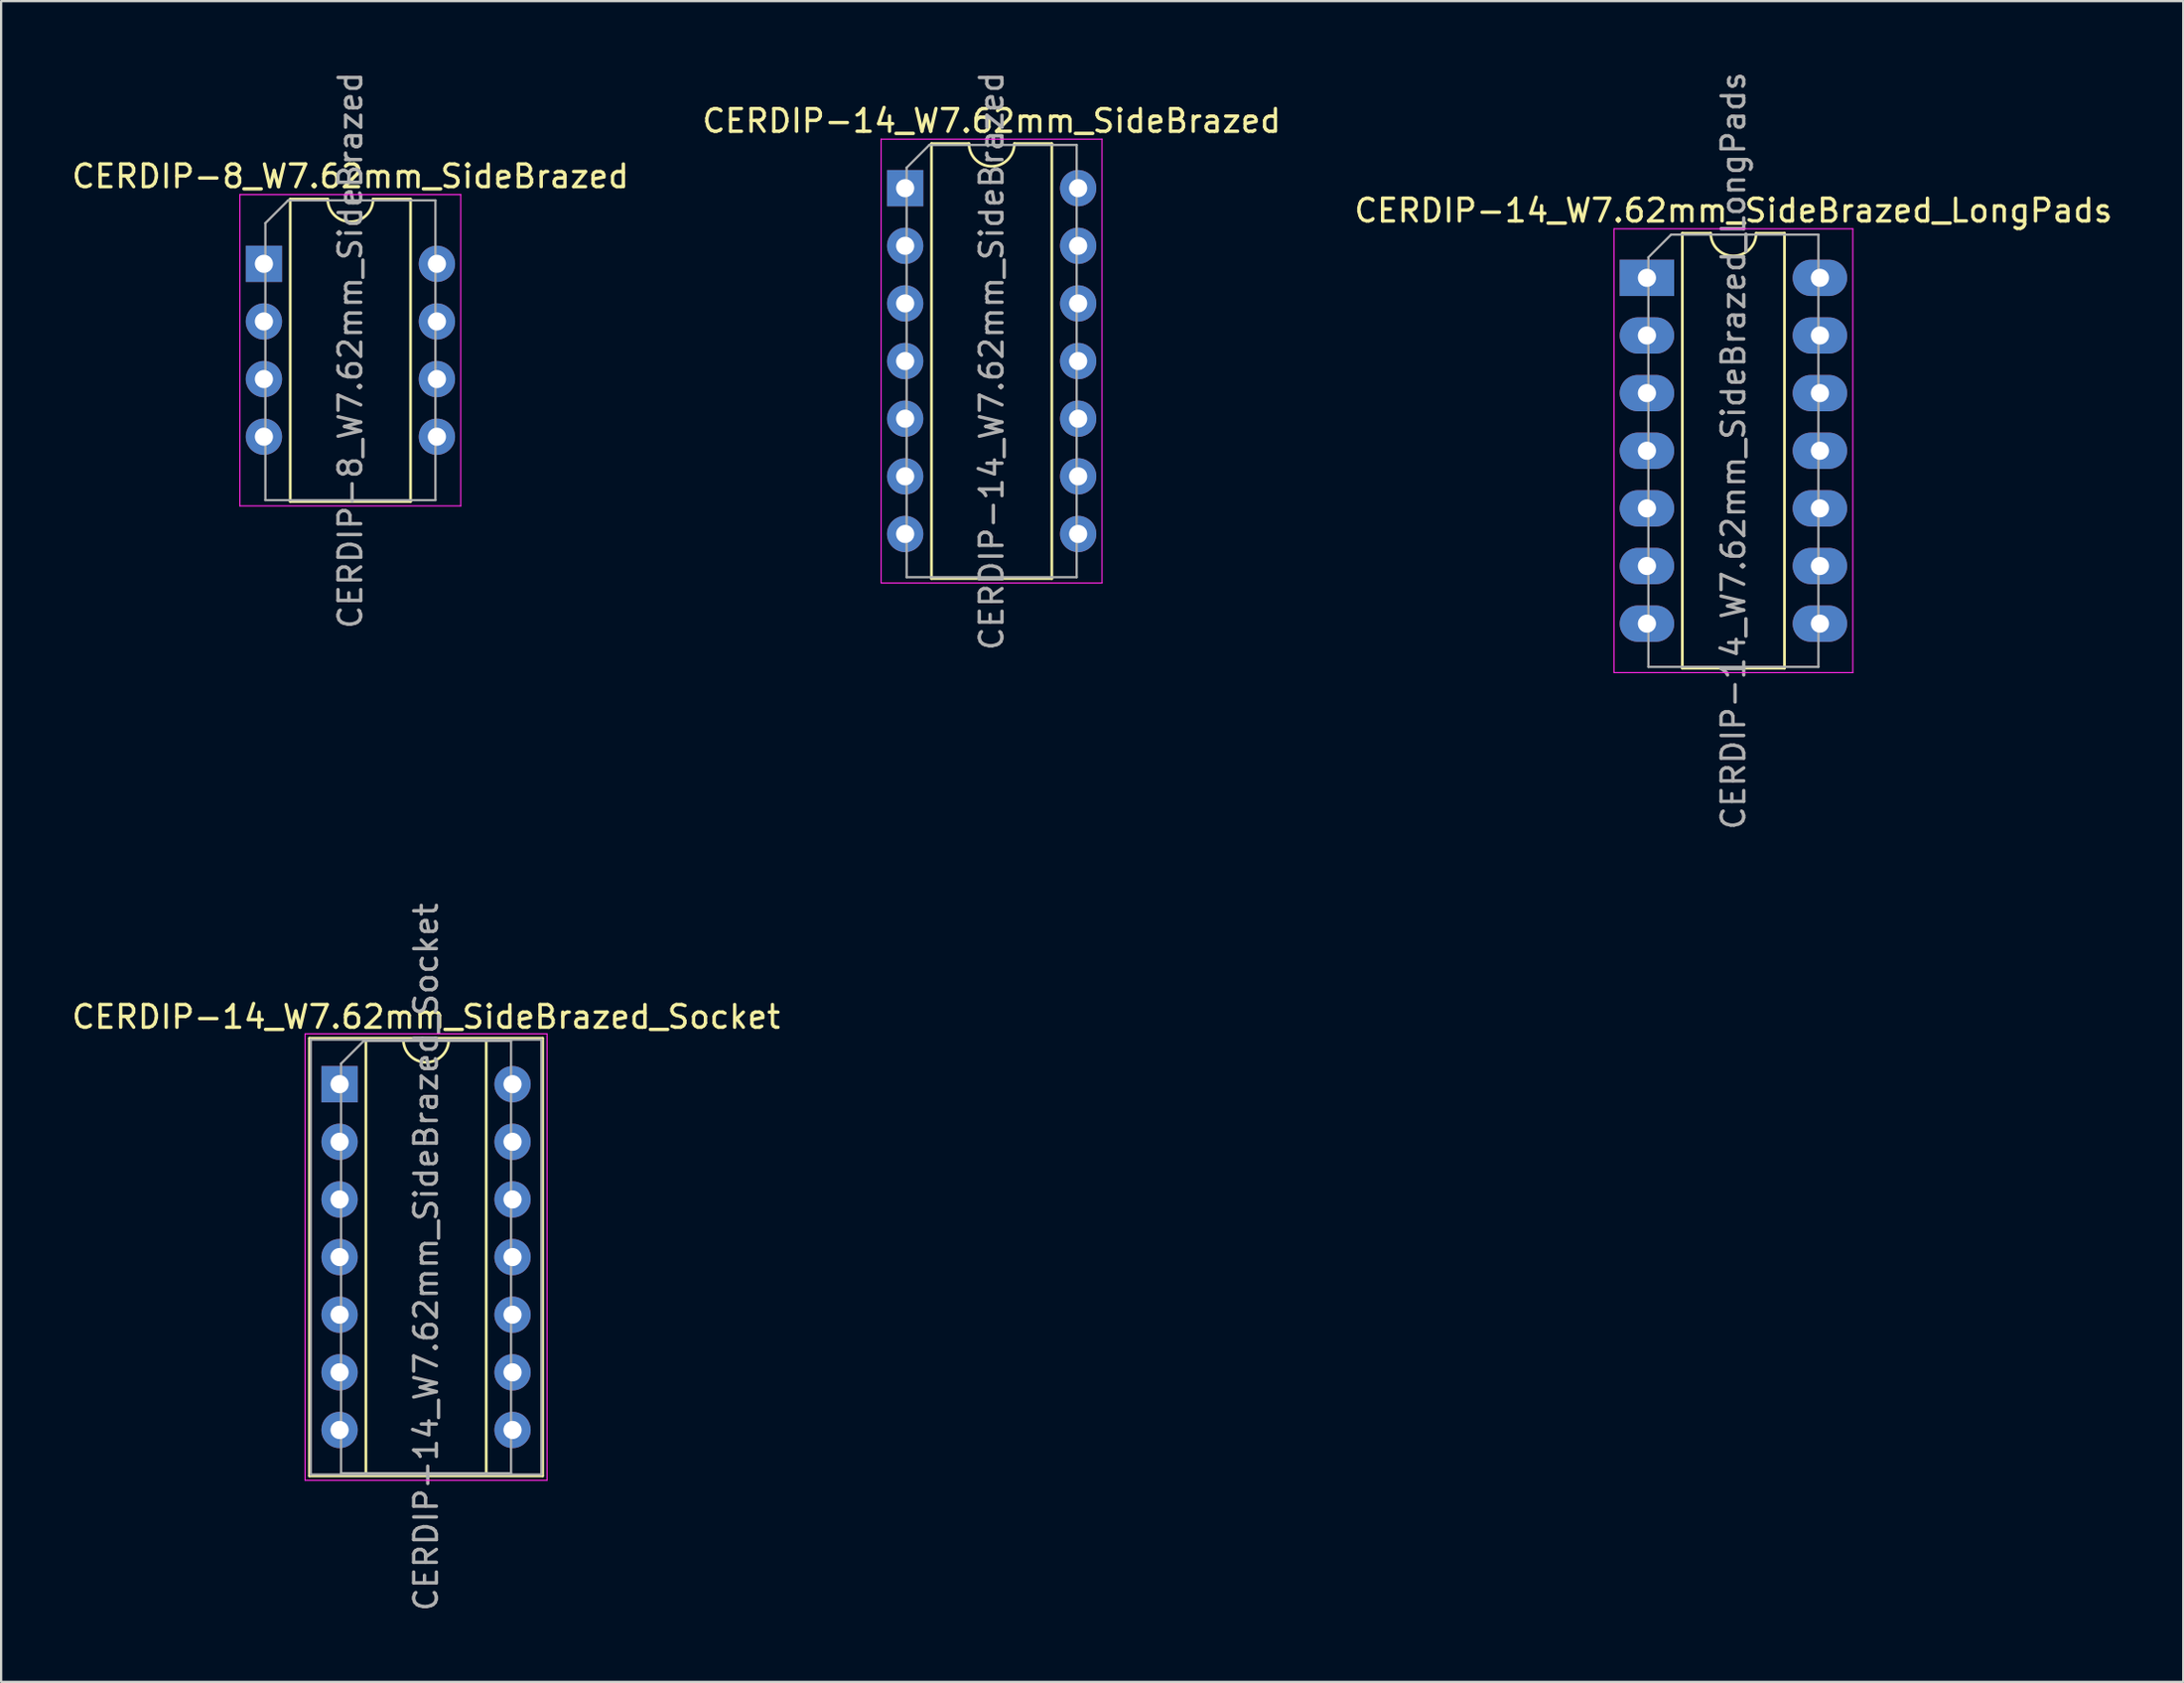
<source format=kicad_pcb>
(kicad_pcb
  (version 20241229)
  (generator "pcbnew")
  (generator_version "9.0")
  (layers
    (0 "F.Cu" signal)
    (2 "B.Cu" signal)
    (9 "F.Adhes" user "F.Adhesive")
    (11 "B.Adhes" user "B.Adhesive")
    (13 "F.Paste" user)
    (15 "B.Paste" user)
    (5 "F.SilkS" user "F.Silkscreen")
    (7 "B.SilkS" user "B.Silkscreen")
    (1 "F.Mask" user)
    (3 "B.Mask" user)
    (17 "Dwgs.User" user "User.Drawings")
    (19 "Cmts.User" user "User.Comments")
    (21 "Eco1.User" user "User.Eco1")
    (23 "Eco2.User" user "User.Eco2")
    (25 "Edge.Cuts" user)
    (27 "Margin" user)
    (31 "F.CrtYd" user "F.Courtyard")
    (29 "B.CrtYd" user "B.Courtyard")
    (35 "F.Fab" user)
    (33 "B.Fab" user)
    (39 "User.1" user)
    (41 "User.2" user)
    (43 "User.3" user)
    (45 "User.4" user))
  (footprint "CERDIP-14_W7.62mm_SideBrazed_Socket"
    (layer "F.Cu")
    (at 11.91 44.731)
    (property "Reference" "CERDIP-14_W7.62mm_SideBrazed_Socket" (at 3.81 -2.965 0) (layer "F.SilkS") (effects (font (size 1 1) (thickness 0.15))))
    (attr through_hole)
    (fp_line (start -1.33 -2.025) (end -1.33 17.265) (stroke (width 0.12) (type solid)) (layer "F.SilkS"))
    (fp_line (start -1.33 17.265) (end 8.95 17.265) (stroke (width 0.12) (type solid)) (layer "F.SilkS"))
    (fp_line (start 1.16 -1.965) (end 1.16 17.205) (stroke (width 0.12) (type solid)) (layer "F.SilkS"))
    (fp_line (start 1.16 17.205) (end 6.46 17.205) (stroke (width 0.12) (type solid)) (layer "F.SilkS"))
    (fp_line (start 2.81 -1.965) (end 1.16 -1.965) (stroke (width 0.12) (type solid)) (layer "F.SilkS"))
    (fp_line (start 6.46 -1.965) (end 4.81 -1.965) (stroke (width 0.12) (type solid)) (layer "F.SilkS"))
    (fp_line (start 6.46 17.205) (end 6.46 -1.965) (stroke (width 0.12) (type solid)) (layer "F.SilkS"))
    (fp_line (start 8.95 -2.025) (end -1.33 -2.025) (stroke (width 0.12) (type solid)) (layer "F.SilkS"))
    (fp_line (start 8.95 17.265) (end 8.95 -2.025) (stroke (width 0.12) (type solid)) (layer "F.SilkS"))
    (fp_arc (start 4.81 -1.965) (mid 3.81 -0.965) (end 2.81 -1.965) (stroke (width 0.12) (type solid)) (layer "F.SilkS"))
    (fp_line (start -1.52 -2.22) (end -1.52 17.46) (stroke (width 0.05) (type solid)) (layer "F.CrtYd"))
    (fp_line (start -1.52 17.46) (end 9.14 17.46) (stroke (width 0.05) (type solid)) (layer "F.CrtYd"))
    (fp_line (start 9.14 -2.22) (end -1.52 -2.22) (stroke (width 0.05) (type solid)) (layer "F.CrtYd"))
    (fp_line (start 9.14 17.46) (end 9.14 -2.22) (stroke (width 0.05) (type solid)) (layer "F.CrtYd"))
    (fp_line (start -1.27 -1.965) (end -1.27 17.205) (stroke (width 0.1) (type solid)) (layer "F.Fab"))
    (fp_line (start -1.27 17.205) (end 8.89 17.205) (stroke (width 0.1) (type solid)) (layer "F.Fab"))
    (fp_line (start 0.065 -0.905) (end 1.065 -1.905) (stroke (width 0.1) (type solid)) (layer "F.Fab"))
    (fp_line (start 0.065 17.145) (end 0.065 -0.905) (stroke (width 0.1) (type solid)) (layer "F.Fab"))
    (fp_line (start 1.065 -1.905) (end 7.555 -1.905) (stroke (width 0.1) (type solid)) (layer "F.Fab"))
    (fp_line (start 7.555 -1.905) (end 7.555 17.145) (stroke (width 0.1) (type solid)) (layer "F.Fab"))
    (fp_line (start 7.555 17.145) (end 0.065 17.145) (stroke (width 0.1) (type solid)) (layer "F.Fab"))
    (fp_line (start 8.89 -1.965) (end -1.27 -1.965) (stroke (width 0.1) (type solid)) (layer "F.Fab"))
    (fp_line (start 8.89 17.205) (end 8.89 -1.965) (stroke (width 0.1) (type solid)) (layer "F.Fab"))
    (fp_text user "${REFERENCE}" (at 3.81 7.62 90) (layer "F.Fab") (effects (font (size 1 1) (thickness 0.15))))
    (pad "1" thru_hole rect (at 0 0) (size 1.6 1.6) (drill 0.8) (layers "*.Cu" "*.Mask"))
    (pad "2" thru_hole circle (at 0 2.54) (size 1.6 1.6) (drill 0.8) (layers "*.Cu" "*.Mask"))
    (pad "3" thru_hole circle (at 0 5.08) (size 1.6 1.6) (drill 0.8) (layers "*.Cu" "*.Mask"))
    (pad "4" thru_hole circle (at 0 7.62) (size 1.6 1.6) (drill 0.8) (layers "*.Cu" "*.Mask"))
    (pad "5" thru_hole circle (at 0 10.16) (size 1.6 1.6) (drill 0.8) (layers "*.Cu" "*.Mask"))
    (pad "6" thru_hole circle (at 0 12.7) (size 1.6 1.6) (drill 0.8) (layers "*.Cu" "*.Mask"))
    (pad "7" thru_hole circle (at 0 15.24) (size 1.6 1.6) (drill 0.8) (layers "*.Cu" "*.Mask"))
    (pad "8" thru_hole circle (at 7.62 15.24) (size 1.6 1.6) (drill 0.8) (layers "*.Cu" "*.Mask"))
    (pad "9" thru_hole circle (at 7.62 12.7) (size 1.6 1.6) (drill 0.8) (layers "*.Cu" "*.Mask"))
    (pad "10" thru_hole circle (at 7.62 10.16) (size 1.6 1.6) (drill 0.8) (layers "*.Cu" "*.Mask"))
    (pad "11" thru_hole circle (at 7.62 7.62) (size 1.6 1.6) (drill 0.8) (layers "*.Cu" "*.Mask"))
    (pad "12" thru_hole circle (at 7.62 5.08) (size 1.6 1.6) (drill 0.8) (layers "*.Cu" "*.Mask"))
    (pad "13" thru_hole circle (at 7.62 2.54) (size 1.6 1.6) (drill 0.8) (layers "*.Cu" "*.Mask"))
    (pad "14" thru_hole circle (at 7.62 0) (size 1.6 1.6) (drill 0.8) (layers "*.Cu" "*.Mask")))
  (footprint "CERDIP-14_W7.62mm_SideBrazed_LongPads"
    (layer "F.Cu")
    (at 69.505 9.195)
    (property "Reference" "CERDIP-14_W7.62mm_SideBrazed_LongPads" (at 3.81 -2.965 0) (layer "F.SilkS") (effects (font (size 1 1) (thickness 0.15))))
    (attr through_hole)
    (fp_line (start 1.56 -1.965) (end 1.56 17.205) (stroke (width 0.12) (type solid)) (layer "F.SilkS"))
    (fp_line (start 1.56 17.205) (end 6.06 17.205) (stroke (width 0.12) (type solid)) (layer "F.SilkS"))
    (fp_line (start 2.81 -1.965) (end 1.56 -1.965) (stroke (width 0.12) (type solid)) (layer "F.SilkS"))
    (fp_line (start 6.06 -1.965) (end 4.81 -1.965) (stroke (width 0.12) (type solid)) (layer "F.SilkS"))
    (fp_line (start 6.06 17.205) (end 6.06 -1.965) (stroke (width 0.12) (type solid)) (layer "F.SilkS"))
    (fp_arc (start 4.81 -1.965) (mid 3.81 -0.965) (end 2.81 -1.965) (stroke (width 0.12) (type solid)) (layer "F.SilkS"))
    (fp_line (start -1.45 -2.16) (end -1.45 17.4) (stroke (width 0.05) (type solid)) (layer "F.CrtYd"))
    (fp_line (start -1.45 17.4) (end 9.07 17.4) (stroke (width 0.05) (type solid)) (layer "F.CrtYd"))
    (fp_line (start 9.07 -2.16) (end -1.45 -2.16) (stroke (width 0.05) (type solid)) (layer "F.CrtYd"))
    (fp_line (start 9.07 17.4) (end 9.07 -2.16) (stroke (width 0.05) (type solid)) (layer "F.CrtYd"))
    (fp_line (start 0.065 -0.905) (end 1.065 -1.905) (stroke (width 0.1) (type solid)) (layer "F.Fab"))
    (fp_line (start 0.065 17.145) (end 0.065 -0.905) (stroke (width 0.1) (type solid)) (layer "F.Fab"))
    (fp_line (start 1.065 -1.905) (end 7.555 -1.905) (stroke (width 0.1) (type solid)) (layer "F.Fab"))
    (fp_line (start 7.555 -1.905) (end 7.555 17.145) (stroke (width 0.1) (type solid)) (layer "F.Fab"))
    (fp_line (start 7.555 17.145) (end 0.065 17.145) (stroke (width 0.1) (type solid)) (layer "F.Fab"))
    (fp_text user "${REFERENCE}" (at 3.81 7.62 90) (layer "F.Fab") (effects (font (size 1 1) (thickness 0.15))))
    (pad "1" thru_hole rect (at 0 0) (size 2.4 1.6) (drill 0.8) (layers "*.Cu" "*.Mask"))
    (pad "2" thru_hole oval (at 0 2.54) (size 2.4 1.6) (drill 0.8) (layers "*.Cu" "*.Mask"))
    (pad "3" thru_hole oval (at 0 5.08) (size 2.4 1.6) (drill 0.8) (layers "*.Cu" "*.Mask"))
    (pad "4" thru_hole oval (at 0 7.62) (size 2.4 1.6) (drill 0.8) (layers "*.Cu" "*.Mask"))
    (pad "5" thru_hole oval (at 0 10.16) (size 2.4 1.6) (drill 0.8) (layers "*.Cu" "*.Mask"))
    (pad "6" thru_hole oval (at 0 12.7) (size 2.4 1.6) (drill 0.8) (layers "*.Cu" "*.Mask"))
    (pad "7" thru_hole oval (at 0 15.24) (size 2.4 1.6) (drill 0.8) (layers "*.Cu" "*.Mask"))
    (pad "8" thru_hole oval (at 7.62 15.24) (size 2.4 1.6) (drill 0.8) (layers "*.Cu" "*.Mask"))
    (pad "9" thru_hole oval (at 7.62 12.7) (size 2.4 1.6) (drill 0.8) (layers "*.Cu" "*.Mask"))
    (pad "10" thru_hole oval (at 7.62 10.16) (size 2.4 1.6) (drill 0.8) (layers "*.Cu" "*.Mask"))
    (pad "11" thru_hole oval (at 7.62 7.62) (size 2.4 1.6) (drill 0.8) (layers "*.Cu" "*.Mask"))
    (pad "12" thru_hole oval (at 7.62 5.08) (size 2.4 1.6) (drill 0.8) (layers "*.Cu" "*.Mask"))
    (pad "13" thru_hole oval (at 7.62 2.54) (size 2.4 1.6) (drill 0.8) (layers "*.Cu" "*.Mask"))
    (pad "14" thru_hole oval (at 7.62 0) (size 2.4 1.6) (drill 0.8) (layers "*.Cu" "*.Mask")))
  (footprint "CERDIP-8_W7.62mm_SideBrazed"
    (layer "F.Cu")
    (at 8.577 8.577)
    (property "Reference" "CERDIP-8_W7.62mm_SideBrazed" (at 3.81 -3.855 0) (layer "F.SilkS") (effects (font (size 1 1) (thickness 0.15))))
    (attr through_hole)
    (fp_line (start 1.16 -2.855) (end 1.16 10.475) (stroke (width 0.12) (type solid)) (layer "F.SilkS"))
    (fp_line (start 1.16 10.475) (end 6.46 10.475) (stroke (width 0.12) (type solid)) (layer "F.SilkS"))
    (fp_line (start 2.81 -2.855) (end 1.16 -2.855) (stroke (width 0.12) (type solid)) (layer "F.SilkS"))
    (fp_line (start 6.46 -2.855) (end 4.81 -2.855) (stroke (width 0.12) (type solid)) (layer "F.SilkS"))
    (fp_line (start 6.46 10.475) (end 6.46 -2.855) (stroke (width 0.12) (type solid)) (layer "F.SilkS"))
    (fp_arc (start 4.81 -2.855) (mid 3.81 -1.855) (end 2.81 -2.855) (stroke (width 0.12) (type solid)) (layer "F.SilkS"))
    (fp_line (start -1.06 -3.05) (end -1.06 10.67) (stroke (width 0.05) (type solid)) (layer "F.CrtYd"))
    (fp_line (start -1.06 10.67) (end 8.67 10.67) (stroke (width 0.05) (type solid)) (layer "F.CrtYd"))
    (fp_line (start 8.67 -3.05) (end -1.06 -3.05) (stroke (width 0.05) (type solid)) (layer "F.CrtYd"))
    (fp_line (start 8.67 10.67) (end 8.67 -3.05) (stroke (width 0.05) (type solid)) (layer "F.CrtYd"))
    (fp_line (start 0.065 -1.795) (end 1.065 -2.795) (stroke (width 0.1) (type solid)) (layer "F.Fab"))
    (fp_line (start 0.065 10.415) (end 0.065 -1.795) (stroke (width 0.1) (type solid)) (layer "F.Fab"))
    (fp_line (start 1.065 -2.795) (end 7.555 -2.795) (stroke (width 0.1) (type solid)) (layer "F.Fab"))
    (fp_line (start 7.555 -2.795) (end 7.555 10.415) (stroke (width 0.1) (type solid)) (layer "F.Fab"))
    (fp_line (start 7.555 10.415) (end 0.065 10.415) (stroke (width 0.1) (type solid)) (layer "F.Fab"))
    (fp_text user "${REFERENCE}" (at 3.81 3.81 90) (layer "F.Fab") (effects (font (size 1 1) (thickness 0.15))))
    (pad "1" thru_hole rect (at 0 0) (size 1.6 1.6) (drill 0.8) (layers "*.Cu" "*.Mask"))
    (pad "2" thru_hole circle (at 0 2.54) (size 1.6 1.6) (drill 0.8) (layers "*.Cu" "*.Mask"))
    (pad "3" thru_hole circle (at 0 5.08) (size 1.6 1.6) (drill 0.8) (layers "*.Cu" "*.Mask"))
    (pad "4" thru_hole circle (at 0 7.62) (size 1.6 1.6) (drill 0.8) (layers "*.Cu" "*.Mask"))
    (pad "5" thru_hole circle (at 7.62 7.62) (size 1.6 1.6) (drill 0.8) (layers "*.Cu" "*.Mask"))
    (pad "6" thru_hole circle (at 7.62 5.08) (size 1.6 1.6) (drill 0.8) (layers "*.Cu" "*.Mask"))
    (pad "7" thru_hole circle (at 7.62 2.54) (size 1.6 1.6) (drill 0.8) (layers "*.Cu" "*.Mask"))
    (pad "8" thru_hole circle (at 7.62 0) (size 1.6 1.6) (drill 0.8) (layers "*.Cu" "*.Mask")))
  (footprint "CERDIP-14_W7.62mm_SideBrazed"
    (layer "F.Cu")
    (at 36.827 5.243)
    (property "Reference" "CERDIP-14_W7.62mm_SideBrazed" (at 3.81 -2.965 0) (layer "F.SilkS") (effects (font (size 1 1) (thickness 0.15))))
    (attr through_hole)
    (fp_line (start 1.16 -1.965) (end 1.16 17.205) (stroke (width 0.12) (type solid)) (layer "F.SilkS"))
    (fp_line (start 1.16 17.205) (end 6.46 17.205) (stroke (width 0.12) (type solid)) (layer "F.SilkS"))
    (fp_line (start 2.81 -1.965) (end 1.16 -1.965) (stroke (width 0.12) (type solid)) (layer "F.SilkS"))
    (fp_line (start 6.46 -1.965) (end 4.81 -1.965) (stroke (width 0.12) (type solid)) (layer "F.SilkS"))
    (fp_line (start 6.46 17.205) (end 6.46 -1.965) (stroke (width 0.12) (type solid)) (layer "F.SilkS"))
    (fp_arc (start 4.81 -1.965) (mid 3.81 -0.965) (end 2.81 -1.965) (stroke (width 0.12) (type solid)) (layer "F.SilkS"))
    (fp_line (start -1.06 -2.16) (end -1.06 17.4) (stroke (width 0.05) (type solid)) (layer "F.CrtYd"))
    (fp_line (start -1.06 17.4) (end 8.67 17.4) (stroke (width 0.05) (type solid)) (layer "F.CrtYd"))
    (fp_line (start 8.67 -2.16) (end -1.06 -2.16) (stroke (width 0.05) (type solid)) (layer "F.CrtYd"))
    (fp_line (start 8.67 17.4) (end 8.67 -2.16) (stroke (width 0.05) (type solid)) (layer "F.CrtYd"))
    (fp_line (start 0.065 -0.905) (end 1.065 -1.905) (stroke (width 0.1) (type solid)) (layer "F.Fab"))
    (fp_line (start 0.065 17.145) (end 0.065 -0.905) (stroke (width 0.1) (type solid)) (layer "F.Fab"))
    (fp_line (start 1.065 -1.905) (end 7.555 -1.905) (stroke (width 0.1) (type solid)) (layer "F.Fab"))
    (fp_line (start 7.555 -1.905) (end 7.555 17.145) (stroke (width 0.1) (type solid)) (layer "F.Fab"))
    (fp_line (start 7.555 17.145) (end 0.065 17.145) (stroke (width 0.1) (type solid)) (layer "F.Fab"))
    (fp_text user "${REFERENCE}" (at 3.81 7.62 90) (layer "F.Fab") (effects (font (size 1 1) (thickness 0.15))))
    (pad "1" thru_hole rect (at 0 0) (size 1.6 1.6) (drill 0.8) (layers "*.Cu" "*.Mask"))
    (pad "2" thru_hole circle (at 0 2.54) (size 1.6 1.6) (drill 0.8) (layers "*.Cu" "*.Mask"))
    (pad "3" thru_hole circle (at 0 5.08) (size 1.6 1.6) (drill 0.8) (layers "*.Cu" "*.Mask"))
    (pad "4" thru_hole circle (at 0 7.62) (size 1.6 1.6) (drill 0.8) (layers "*.Cu" "*.Mask"))
    (pad "5" thru_hole circle (at 0 10.16) (size 1.6 1.6) (drill 0.8) (layers "*.Cu" "*.Mask"))
    (pad "6" thru_hole circle (at 0 12.7) (size 1.6 1.6) (drill 0.8) (layers "*.Cu" "*.Mask"))
    (pad "7" thru_hole circle (at 0 15.24) (size 1.6 1.6) (drill 0.8) (layers "*.Cu" "*.Mask"))
    (pad "8" thru_hole circle (at 7.62 15.24) (size 1.6 1.6) (drill 0.8) (layers "*.Cu" "*.Mask"))
    (pad "9" thru_hole circle (at 7.62 12.7) (size 1.6 1.6) (drill 0.8) (layers "*.Cu" "*.Mask"))
    (pad "10" thru_hole circle (at 7.62 10.16) (size 1.6 1.6) (drill 0.8) (layers "*.Cu" "*.Mask"))
    (pad "11" thru_hole circle (at 7.62 7.62) (size 1.6 1.6) (drill 0.8) (layers "*.Cu" "*.Mask"))
    (pad "12" thru_hole circle (at 7.62 5.08) (size 1.6 1.6) (drill 0.8) (layers "*.Cu" "*.Mask"))
    (pad "13" thru_hole circle (at 7.62 2.54) (size 1.6 1.6) (drill 0.8) (layers "*.Cu" "*.Mask"))
    (pad "14" thru_hole circle (at 7.62 0) (size 1.6 1.6) (drill 0.8) (layers "*.Cu" "*.Mask")))
  (gr_rect
    (start -3 -3)
    (end 93.131 71.071)
    (stroke (width 0.1) (type default))
    (fill no)
    (layer "Edge.Cuts")))
</source>
